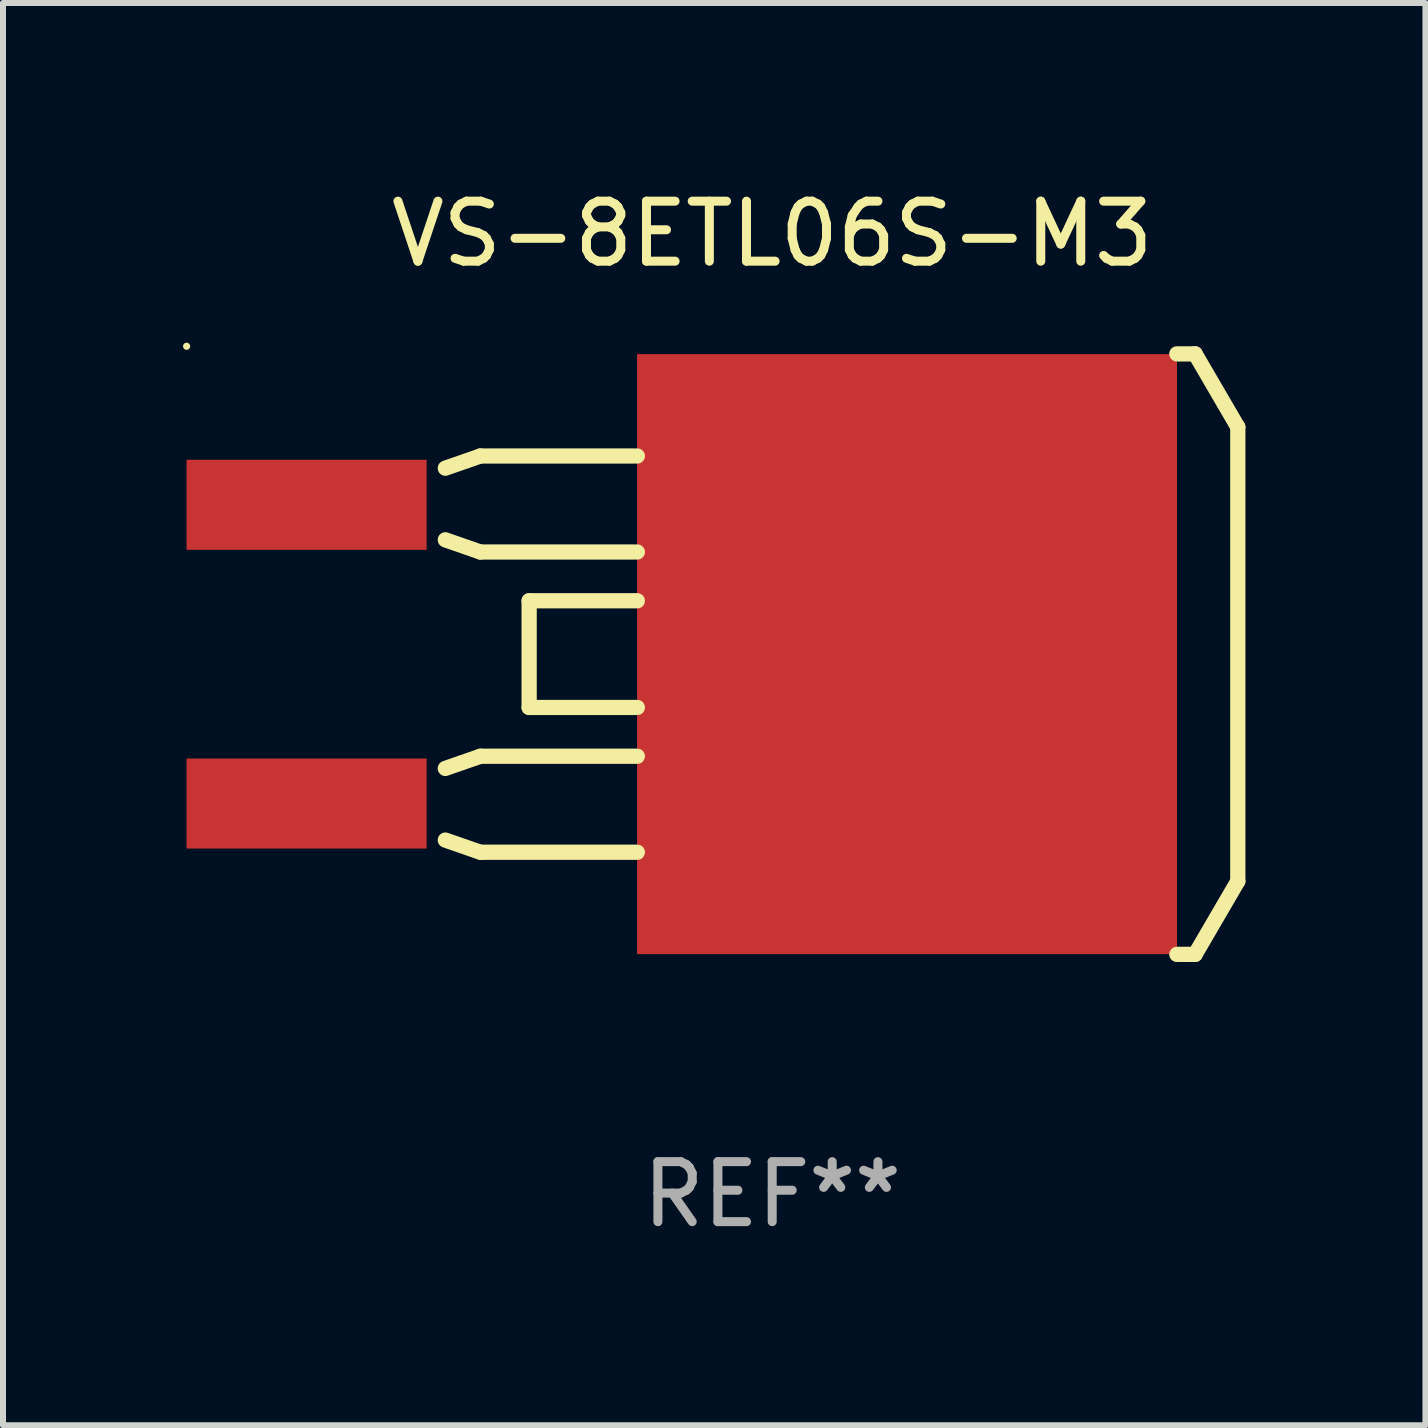
<source format=kicad_pcb>
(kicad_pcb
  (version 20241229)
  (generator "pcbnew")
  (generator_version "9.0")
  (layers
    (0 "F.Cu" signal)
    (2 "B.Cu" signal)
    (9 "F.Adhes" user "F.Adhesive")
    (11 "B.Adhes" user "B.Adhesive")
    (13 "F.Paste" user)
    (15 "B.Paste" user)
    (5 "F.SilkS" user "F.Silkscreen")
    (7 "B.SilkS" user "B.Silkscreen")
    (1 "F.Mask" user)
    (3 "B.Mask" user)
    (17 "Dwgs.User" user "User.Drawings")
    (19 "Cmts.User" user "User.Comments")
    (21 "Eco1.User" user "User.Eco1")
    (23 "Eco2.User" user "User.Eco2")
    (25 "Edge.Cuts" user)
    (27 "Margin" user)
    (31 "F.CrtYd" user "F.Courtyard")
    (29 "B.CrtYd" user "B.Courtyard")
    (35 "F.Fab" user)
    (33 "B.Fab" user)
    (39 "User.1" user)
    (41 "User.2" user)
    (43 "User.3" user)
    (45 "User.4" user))
  (footprint "VS-8ETL06S-M3"
    (layer "F.Cu")
    (at 9.82 7.852)
    (property "Reference" "VS-8ETL06S-M3" (at 0 -7.004 0) (layer "F.SilkS") (effects (font (size 1 1) (thickness 0.15))))
    (attr through_hole)
    (fp_line (start -5.448 -1.905) (end -4.864 -1.702) (stroke (width 0.254) (type solid)) (layer "F.SilkS"))
    (fp_line (start -5.448 3.099) (end -4.864 3.302) (stroke (width 0.254) (type solid)) (layer "F.SilkS"))
    (fp_line (start -4.864 -3.302) (end -5.448 -3.099) (stroke (width 0.254) (type solid)) (layer "F.SilkS"))
    (fp_line (start -4.864 -1.702) (end -2.248 -1.702) (stroke (width 0.254) (type solid)) (layer "F.SilkS"))
    (fp_line (start -4.864 1.702) (end -5.448 1.905) (stroke (width 0.254) (type solid)) (layer "F.SilkS"))
    (fp_line (start -4.864 3.302) (end -2.248 3.302) (stroke (width 0.254) (type solid)) (layer "F.SilkS"))
    (fp_line (start -4.051 -0.889) (end -4.051 0.889) (stroke (width 0.254) (type solid)) (layer "F.SilkS"))
    (fp_line (start -4.051 0.889) (end -2.248 0.889) (stroke (width 0.254) (type solid)) (layer "F.SilkS"))
    (fp_line (start -2.248 -3.302) (end -4.864 -3.302) (stroke (width 0.254) (type solid)) (layer "F.SilkS"))
    (fp_line (start -2.248 -0.889) (end -4.051 -0.889) (stroke (width 0.254) (type solid)) (layer "F.SilkS"))
    (fp_line (start -2.248 1.702) (end -4.864 1.702) (stroke (width 0.254) (type solid)) (layer "F.SilkS"))
    (fp_line (start 6.744 -5.004) (end 7.049 -5.004) (stroke (width 0.254) (type solid)) (layer "F.SilkS"))
    (fp_line (start 7.049 -5.004) (end 7.76 -3.785) (stroke (width 0.254) (type solid)) (layer "F.SilkS"))
    (fp_line (start 7.049 5.004) (end 6.744 5.004) (stroke (width 0.254) (type solid)) (layer "F.SilkS"))
    (fp_line (start 7.76 -3.785) (end 7.76 3.785) (stroke (width 0.254) (type solid)) (layer "F.SilkS"))
    (fp_line (start 7.76 3.785) (end 7.049 5.004) (stroke (width 0.254) (type solid)) (layer "F.SilkS"))
    (fp_circle (center -9.76 -5.131) (end -9.73 -5.131) (stroke (width 0.06) (type solid)) (fill no) (layer "F.SilkS"))
    (fp_text user "REF**" (at 0 9.004 0) (layer "F.Fab") (effects (font (size 1 1) (thickness 0.15))))
    (pad "1" smd rect (at -7.76 -2.489 270) (size 1.501 4.001) (layers "F.Cu" "F.Mask" "F.Paste"))
    (pad "2" smd rect (at 2.247 0.000127 270) (size 10 8.999) (layers "F.Cu" "F.Mask" "F.Paste"))
    (pad "3" smd rect (at -7.76 2.49 270) (size 1.501 4.001) (layers "F.Cu" "F.Mask" "F.Paste")))
  (gr_rect
    (start -3 -3)
    (end 20.707 20.704)
    (stroke (width 0.1) (type default))
    (fill no)
    (layer "Edge.Cuts")))
</source>
